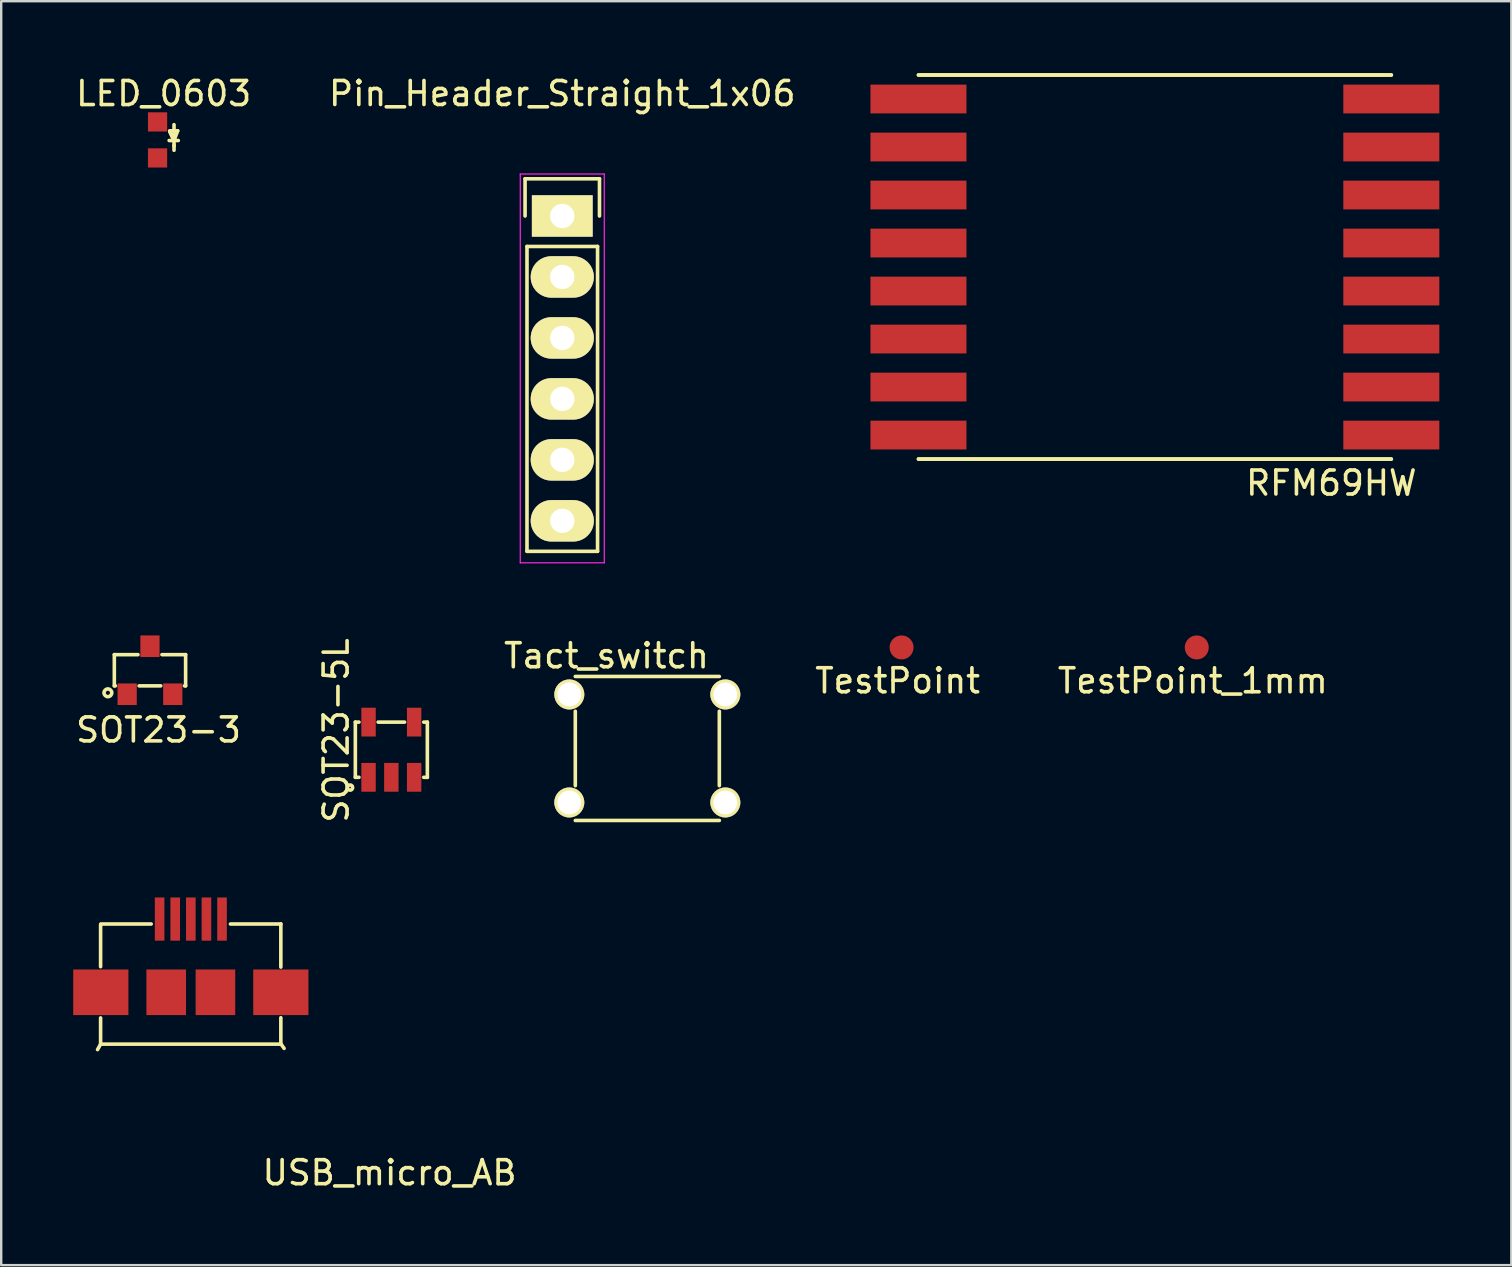
<source format=kicad_pcb>
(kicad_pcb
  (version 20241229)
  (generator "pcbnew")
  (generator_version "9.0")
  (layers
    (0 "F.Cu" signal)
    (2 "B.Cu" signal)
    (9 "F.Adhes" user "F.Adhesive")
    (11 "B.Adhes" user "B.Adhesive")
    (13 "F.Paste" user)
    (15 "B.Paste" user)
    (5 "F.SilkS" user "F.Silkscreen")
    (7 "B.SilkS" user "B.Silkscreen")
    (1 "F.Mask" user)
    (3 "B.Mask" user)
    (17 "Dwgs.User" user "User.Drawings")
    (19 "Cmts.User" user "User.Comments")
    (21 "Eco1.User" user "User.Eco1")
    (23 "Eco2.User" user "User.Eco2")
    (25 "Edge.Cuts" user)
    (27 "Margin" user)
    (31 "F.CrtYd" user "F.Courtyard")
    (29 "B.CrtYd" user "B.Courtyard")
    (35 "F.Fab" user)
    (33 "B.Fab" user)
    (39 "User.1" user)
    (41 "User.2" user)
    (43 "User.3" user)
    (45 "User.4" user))
  (footprint "SOT23-3"
    (layer "F.Cu")
    (at 3.198 24.873)
    (property "Reference" "SOT23-3" (at 0.356 2.489 0) (layer "F.SilkS") (effects (font (size 1 1) (thickness 0.15))))
    (attr through_hole)
    (fp_line (start -1.485 -0.65) (end -1.485 0.65) (stroke (width 0.15) (type solid)) (layer "F.SilkS"))
    (fp_line (start -1.485 0.65) (end -1.44 0.65) (stroke (width 0.15) (type solid)) (layer "F.SilkS"))
    (fp_line (start -0.5 -0.65) (end -1.485 -0.65) (stroke (width 0.15) (type solid)) (layer "F.SilkS"))
    (fp_line (start -0.45 0.65) (end 0.45 0.65) (stroke (width 0.15) (type solid)) (layer "F.SilkS"))
    (fp_line (start 1.44 0.65) (end 1.485 0.65) (stroke (width 0.15) (type solid)) (layer "F.SilkS"))
    (fp_line (start 1.485 -0.65) (end 0.5 -0.65) (stroke (width 0.15) (type solid)) (layer "F.SilkS"))
    (fp_line (start 1.485 0.65) (end 1.485 -0.65) (stroke (width 0.15) (type solid)) (layer "F.SilkS"))
    (fp_circle (center -1.753 0.94) (end -1.6 0.991) (stroke (width 0.15) (type solid)) (fill no) (layer "F.SilkS"))
    (pad "1" smd rect (at -0.95 1) (size 0.8 0.9) (layers "F.Cu" "F.Mask" "F.Paste"))
    (pad "2" smd rect (at 0.95 1) (size 0.8 0.9) (layers "F.Cu" "F.Mask" "F.Paste"))
    (pad "3" smd rect (at 0 -1) (size 0.8 0.9) (layers "F.Cu" "F.Mask" "F.Paste")))
  (footprint "Tact_switch"
    (layer "F.Cu")
    (at 20.669 25.884)
    (property "Reference" "Tact_switch" (at 1.547 -1.613 0) (layer "F.SilkS") (effects (font (size 1 1) (thickness 0.15))))
    (attr through_hole)
    (fp_line (start 0.249 -0.752) (end 6.249 -0.752) (stroke (width 0.15) (type solid)) (layer "F.SilkS"))
    (fp_line (start 0.249 0.698) (end 0.249 3.798) (stroke (width 0.15) (type solid)) (layer "F.SilkS"))
    (fp_line (start 0.249 5.248) (end 6.249 5.248) (stroke (width 0.15) (type solid)) (layer "F.SilkS"))
    (fp_line (start 6.249 0.698) (end 6.249 3.798) (stroke (width 0.15) (type solid)) (layer "F.SilkS"))
    (pad "1" thru_hole circle (at -0.001 -0.002) (size 1.25 1.25) (drill 0.99) (layers "*.Cu" "*.Mask" "F.SilkS"))
    (pad "2" thru_hole circle (at -0.001 4.498) (size 1.25 1.25) (drill 0.99) (layers "*.Cu" "*.Mask" "F.SilkS"))
    (pad "3" thru_hole circle (at 6.499 -0.002) (size 1.25 1.25) (drill 0.99) (layers "*.Cu" "*.Mask" "F.SilkS"))
    (pad "4" thru_hole circle (at 6.499 4.498) (size 1.25 1.25) (drill 0.99) (layers "*.Cu" "*.Mask" "F.SilkS")))
  (footprint "Pin_Header_Straight_1x06"
    (layer "F.Cu")
    (at 20.375 5.948)
    (property "Reference" "Pin_Header_Straight_1x06" (at 0 -5.1 0) (layer "F.SilkS") (effects (font (size 1 1) (thickness 0.15))))
    (attr through_hole)
    (fp_line (start -1.55 -1.55) (end 1.55 -1.55) (stroke (width 0.15) (type solid)) (layer "F.SilkS"))
    (fp_line (start -1.55 0) (end -1.55 -1.55) (stroke (width 0.15) (type solid)) (layer "F.SilkS"))
    (fp_line (start -1.47 13.97) (end -1.47 1.27) (stroke (width 0.15) (type solid)) (layer "F.SilkS"))
    (fp_line (start 1.47 1.27) (end -1.47 1.27) (stroke (width 0.15) (type solid)) (layer "F.SilkS"))
    (fp_line (start 1.47 1.27) (end 1.47 13.97) (stroke (width 0.15) (type solid)) (layer "F.SilkS"))
    (fp_line (start 1.47 13.97) (end -1.47 13.97) (stroke (width 0.15) (type solid)) (layer "F.SilkS"))
    (fp_line (start 1.55 -1.55) (end 1.55 0) (stroke (width 0.15) (type solid)) (layer "F.SilkS"))
    (fp_line (start -1.75 -1.75) (end -1.75 14.45) (stroke (width 0.05) (type solid)) (layer "F.CrtYd"))
    (fp_line (start -1.75 -1.75) (end 1.75 -1.75) (stroke (width 0.05) (type solid)) (layer "F.CrtYd"))
    (fp_line (start -1.75 14.45) (end 1.75 14.45) (stroke (width 0.05) (type solid)) (layer "F.CrtYd"))
    (fp_line (start 1.75 -1.75) (end 1.75 14.45) (stroke (width 0.05) (type solid)) (layer "F.CrtYd"))
    (pad "1" thru_hole rect (at 0 0) (size 2.532 1.727) (drill 1.016) (layers "*.Cu" "*.Mask" "F.SilkS"))
    (pad "2" thru_hole oval (at 0 2.54) (size 2.632 1.727) (drill 1.016) (layers "*.Cu" "*.Mask" "F.SilkS"))
    (pad "3" thru_hole oval (at 0 5.08) (size 2.632 1.727) (drill 1.016) (layers "*.Cu" "*.Mask" "F.SilkS"))
    (pad "4" thru_hole oval (at 0 7.62) (size 2.632 1.727) (drill 1.016) (layers "*.Cu" "*.Mask" "F.SilkS"))
    (pad "5" thru_hole oval (at 0 10.16) (size 2.632 1.727) (drill 1.016) (layers "*.Cu" "*.Mask" "F.SilkS"))
    (pad "6" thru_hole oval (at 0 12.7) (size 2.632 1.727) (drill 1.016) (layers "*.Cu" "*.Mask" "F.SilkS")))
  (footprint "SOT23-5L"
    (layer "F.Cu")
    (at 13.254 28.184)
    (property "Reference" "SOT23-5L" (at -2.299 -0.803 90) (layer "F.SilkS") (effects (font (size 1 1) (thickness 0.15))))
    (attr through_hole)
    (fp_line (start -1.5 -1.15) (end -1.35 -1.15) (stroke (width 0.15) (type solid)) (layer "F.SilkS"))
    (fp_line (start -1.5 1.15) (end -1.5 -1.15) (stroke (width 0.15) (type solid)) (layer "F.SilkS"))
    (fp_line (start -1.35 1.15) (end -1.5 1.15) (stroke (width 0.15) (type solid)) (layer "F.SilkS"))
    (fp_line (start -0.55 -1.15) (end 0.55 -1.15) (stroke (width 0.15) (type solid)) (layer "F.SilkS"))
    (fp_line (start 1.35 -1.15) (end 1.5 -1.15) (stroke (width 0.15) (type solid)) (layer "F.SilkS"))
    (fp_line (start 1.35 1.15) (end 1.5 1.15) (stroke (width 0.15) (type solid)) (layer "F.SilkS"))
    (fp_line (start 1.5 -1.15) (end 1.5 1.15) (stroke (width 0.15) (type solid)) (layer "F.SilkS"))
    (fp_circle (center -1.72 1.577) (end -1.613 1.593) (stroke (width 0.15) (type solid)) (fill no) (layer "F.SilkS"))
    (pad "1" smd rect (at -0.95 1.15) (size 0.6 1.2) (layers "F.Cu" "F.Mask" "F.Paste"))
    (pad "2" smd rect (at 0 1.15) (size 0.6 1.2) (layers "F.Cu" "F.Mask" "F.Paste"))
    (pad "3" smd rect (at 0.95 1.15) (size 0.6 1.2) (layers "F.Cu" "F.Mask" "F.Paste"))
    (pad "4" smd rect (at 0.95 -1.15) (size 0.6 1.2) (layers "F.Cu" "F.Mask" "F.Paste"))
    (pad "5" smd rect (at -0.95 -1.15) (size 0.6 1.2) (layers "F.Cu" "F.Mask" "F.Paste")))
  (footprint "TestPoint"
    (layer "F.Cu")
    (at 34.511 23.923)
    (property "Reference" "TestPoint" (at -0.165 1.392 0) (layer "F.SilkS") (effects (font (size 1 1) (thickness 0.15))))
    (attr through_hole)
    (pad "1" smd circle (at 0 0) (size 1 1) (layers "F.Cu" "F.Mask" "F.Paste")))
  (footprint "RFM69HW"
    (layer "F.Cu")
    (at 45.214 8.075)
    (property "Reference" "RFM69HW" (at 7.2 9 0) (layer "F.SilkS") (effects (font (size 1 1) (thickness 0.15))))
    (attr through_hole)
    (fp_line (start -10 8) (end 9.7 8) (stroke (width 0.15) (type solid)) (layer "F.SilkS"))
    (fp_line (start -10 8) (end 9.7 8) (stroke (width 0.15) (type solid)) (layer "F.SilkS"))
    (fp_line (start 9.7 -8) (end -10 -8) (stroke (width 0.15) (type solid)) (layer "F.SilkS"))
    (fp_line (start 9.7 -8) (end -10 -8) (stroke (width 0.15) (type solid)) (layer "F.SilkS"))
    (pad "1" smd rect (at -10 -7) (size 4 1.2) (layers "F.Cu" "F.Mask" "F.Paste"))
    (pad "2" smd rect (at -10 -5) (size 4 1.2) (layers "F.Cu" "F.Mask" "F.Paste"))
    (pad "3" smd rect (at -10 -3) (size 4 1.2) (layers "F.Cu" "F.Mask" "F.Paste"))
    (pad "4" smd rect (at -10 -1) (size 4 1.2) (layers "F.Cu" "F.Mask" "F.Paste"))
    (pad "5" smd rect (at -10 1) (size 4 1.2) (layers "F.Cu" "F.Mask" "F.Paste"))
    (pad "6" smd rect (at -10 3) (size 4 1.2) (layers "F.Cu" "F.Mask" "F.Paste"))
    (pad "7" smd rect (at -10 5) (size 4 1.2) (layers "F.Cu" "F.Mask" "F.Paste"))
    (pad "8" smd rect (at -10 7) (size 4 1.2) (layers "F.Cu" "F.Mask" "F.Paste"))
    (pad "9" smd rect (at 9.7 7) (size 4 1.2) (layers "F.Cu" "F.Mask" "F.Paste"))
    (pad "10" smd rect (at 9.7 5) (size 4 1.2) (layers "F.Cu" "F.Mask" "F.Paste"))
    (pad "11" smd rect (at 9.7 3) (size 4 1.2) (layers "F.Cu" "F.Mask" "F.Paste"))
    (pad "12" smd rect (at 9.7 1) (size 4 1.2) (layers "F.Cu" "F.Mask" "F.Paste"))
    (pad "13" smd rect (at 9.7 -1) (size 4 1.2) (layers "F.Cu" "F.Mask" "F.Paste"))
    (pad "14" smd rect (at 9.7 -3) (size 4 1.2) (layers "F.Cu" "F.Mask" "F.Paste"))
    (pad "15" smd rect (at 9.7 -5) (size 4 1.2) (layers "F.Cu" "F.Mask" "F.Paste"))
    (pad "16" smd rect (at 9.7 -7) (size 4 1.2) (layers "F.Cu" "F.Mask" "F.Paste")))
  (footprint "LED_0603"
    (layer "F.Cu")
    (at 3.514 2.779)
    (property "Reference" "LED_0603" (at 0.254 -1.93 0) (layer "F.SilkS") (effects (font (size 1 1) (thickness 0.15))))
    (attr through_hole)
    (fp_line (start 0.483 0.025) (end 0.864 0.025) (stroke (width 0.15) (type solid)) (layer "F.SilkS"))
    (fp_line (start 0.508 -0.381) (end 0.838 -0.381) (stroke (width 0.15) (type solid)) (layer "F.SilkS"))
    (fp_line (start 0.508 -0.356) (end 0.686 0.025) (stroke (width 0.15) (type solid)) (layer "F.SilkS"))
    (fp_line (start 0.686 -0.432) (end 0.686 -0.635) (stroke (width 0.15) (type solid)) (layer "F.SilkS"))
    (fp_line (start 0.686 0.025) (end 0.508 -0.356) (stroke (width 0.15) (type solid)) (layer "F.SilkS"))
    (fp_line (start 0.686 0.025) (end 0.686 0.254) (stroke (width 0.15) (type solid)) (layer "F.SilkS"))
    (fp_line (start 0.686 0.229) (end 0.686 0.432) (stroke (width 0.15) (type solid)) (layer "F.SilkS"))
    (fp_line (start 0.711 -0.356) (end 0.66 -0.178) (stroke (width 0.15) (type solid)) (layer "F.SilkS"))
    (fp_line (start 0.838 -0.381) (end 0.686 0.025) (stroke (width 0.15) (type solid)) (layer "F.SilkS"))
    (pad "1" smd rect (at 0 -0.75) (size 0.8 0.8) (layers "F.Cu" "F.Mask" "F.Paste"))
    (pad "2" smd rect (at 0 0.75) (size 0.8 0.8) (layers "F.Cu" "F.Mask" "F.Paste")))
  (footprint "TestPoint_1mm"
    (layer "F.Cu")
    (at 46.809 23.923)
    (property "Reference" "TestPoint_1mm" (at -0.165 1.392 0) (layer "F.SilkS") (effects (font (size 1 1) (thickness 0.15))))
    (attr through_hole)
    (pad "1" smd circle (at 0 0) (size 1 1) (layers "F.Cu" "F.Mask" "F.Paste")))
  (footprint "USB_micro_AB"
    (layer "F.Cu")
    (at 4.9 38.29)
    (property "Reference" "USB_micro_AB" (at 8.28 7.518 0) (layer "F.SilkS") (effects (font (size 1 1) (thickness 0.15))))
    (attr through_hole)
    (fp_line (start -3.759 -2.819) (end -3.759 -1.067) (stroke (width 0.15) (type solid)) (layer "F.SilkS"))
    (fp_line (start -3.759 2.159) (end -3.886 2.388) (stroke (width 0.15) (type solid)) (layer "F.SilkS"))
    (fp_line (start -3.759 2.159) (end -3.759 1.067) (stroke (width 0.15) (type solid)) (layer "F.SilkS"))
    (fp_line (start -1.651 -2.845) (end -3.75 -2.845) (stroke (width 0.15) (type solid)) (layer "F.SilkS"))
    (fp_line (start 3.75 -2.85) (end 3.75 -1.05) (stroke (width 0.15) (type solid)) (layer "F.SilkS"))
    (fp_line (start 3.75 -2.845) (end 1.651 -2.845) (stroke (width 0.15) (type solid)) (layer "F.SilkS"))
    (fp_line (start 3.75 2.15) (end 3.75 1.06) (stroke (width 0.15) (type solid)) (layer "F.SilkS"))
    (fp_line (start 3.75 2.16) (end -3.75 2.16) (stroke (width 0.15) (type solid)) (layer "F.SilkS"))
    (fp_line (start 3.759 2.159) (end 3.886 2.337) (stroke (width 0.15) (type solid)) (layer "F.SilkS"))
    (pad "1" smd rect (at -1.3 -3.05) (size 0.4 1.8) (layers "F.Cu" "F.Mask" "F.Paste"))
    (pad "2" smd rect (at -0.65 -3.05) (size 0.4 1.8) (layers "F.Cu" "F.Mask" "F.Paste"))
    (pad "3" smd rect (at 0 -3.05) (size 0.4 1.8) (layers "F.Cu" "F.Mask" "F.Paste"))
    (pad "4" smd rect (at 0.65 -3.05) (size 0.4 1.8) (layers "F.Cu" "F.Mask" "F.Paste"))
    (pad "5" smd rect (at 1.3 -3.05) (size 0.4 1.8) (layers "F.Cu" "F.Mask" "F.Paste"))
    (pad "6" smd rect (at -3.75 0) (size 2.3 1.9) (layers "F.Cu" "F.Mask" "F.Paste"))
    (pad "7" smd rect (at 3.75 0) (size 2.3 1.9) (layers "F.Cu" "F.Mask" "F.Paste"))
    (pad "8" smd rect (at -1.025 0) (size 1.65 1.9) (layers "F.Cu" "F.Mask" "F.Paste"))
    (pad "9" smd rect (at 1.025 0) (size 1.65 1.9) (layers "F.Cu" "F.Mask" "F.Paste")))
  (gr_rect
    (start -3 -3)
    (end 59.914 49.657)
    (stroke (width 0.1) (type default))
    (fill no)
    (layer "Edge.Cuts")))
</source>
